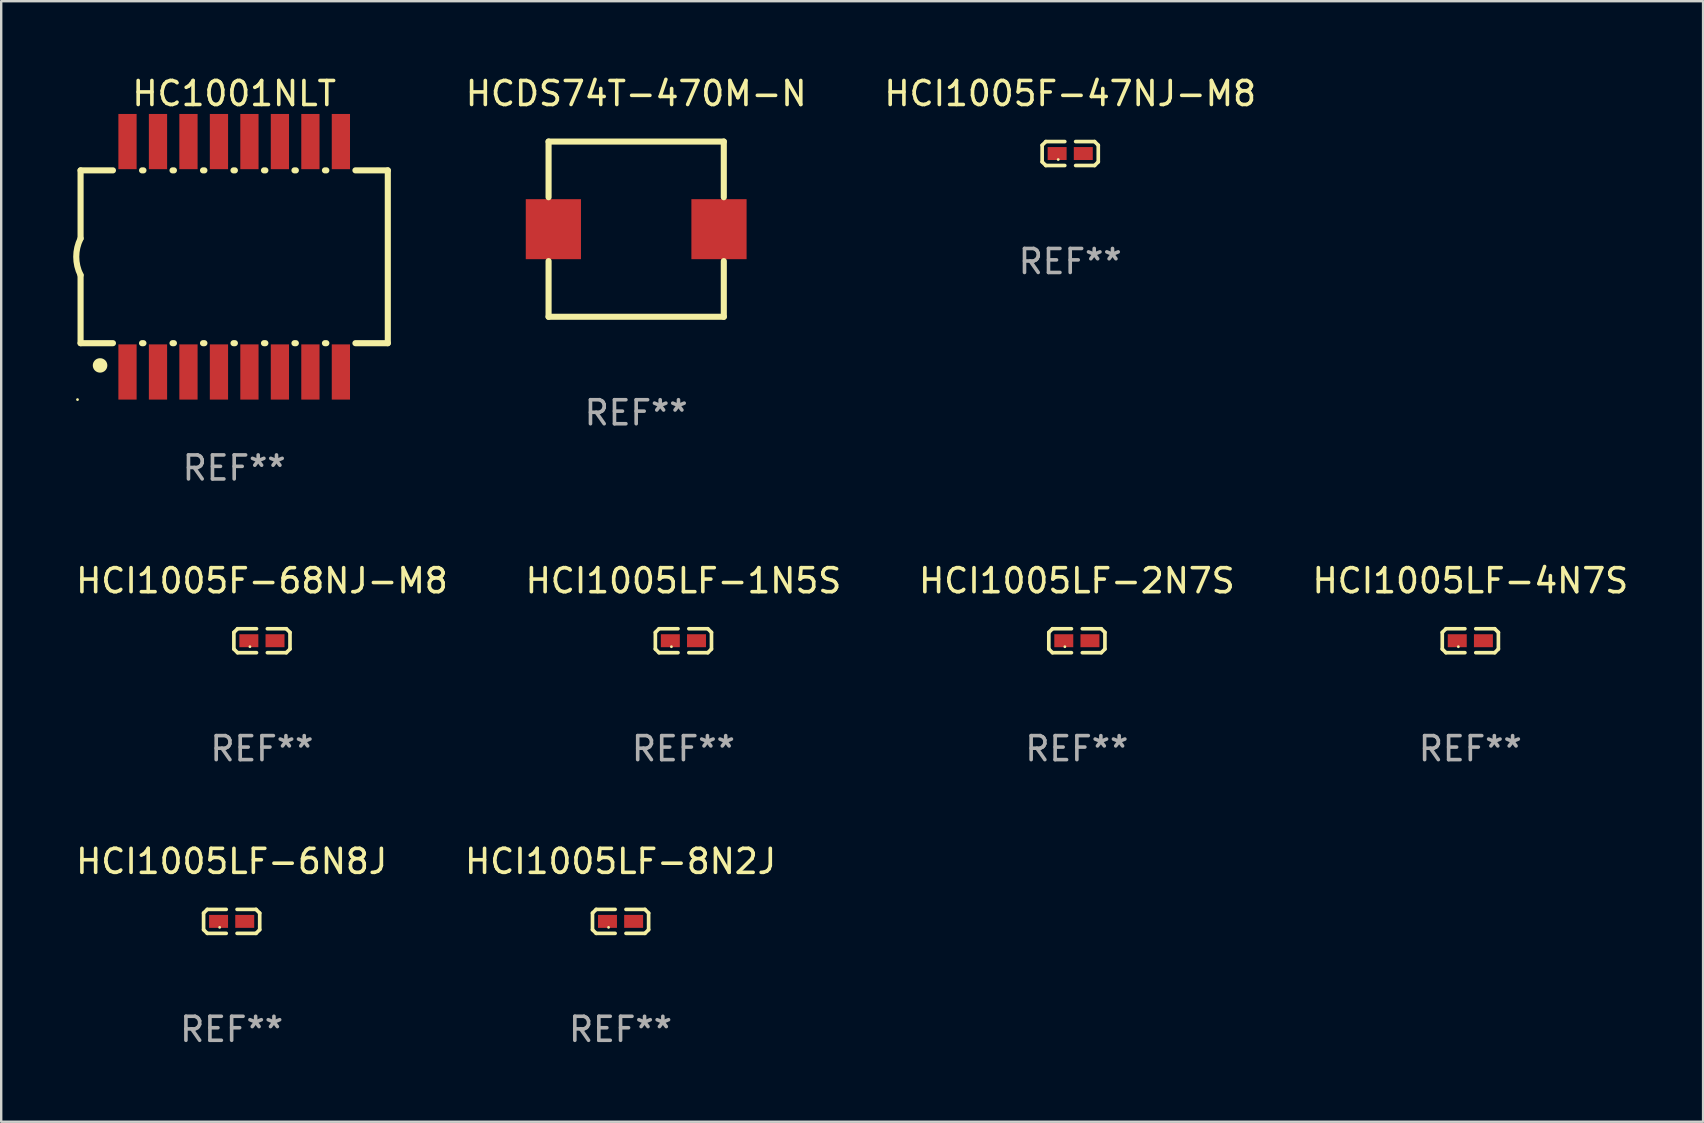
<source format=kicad_pcb>
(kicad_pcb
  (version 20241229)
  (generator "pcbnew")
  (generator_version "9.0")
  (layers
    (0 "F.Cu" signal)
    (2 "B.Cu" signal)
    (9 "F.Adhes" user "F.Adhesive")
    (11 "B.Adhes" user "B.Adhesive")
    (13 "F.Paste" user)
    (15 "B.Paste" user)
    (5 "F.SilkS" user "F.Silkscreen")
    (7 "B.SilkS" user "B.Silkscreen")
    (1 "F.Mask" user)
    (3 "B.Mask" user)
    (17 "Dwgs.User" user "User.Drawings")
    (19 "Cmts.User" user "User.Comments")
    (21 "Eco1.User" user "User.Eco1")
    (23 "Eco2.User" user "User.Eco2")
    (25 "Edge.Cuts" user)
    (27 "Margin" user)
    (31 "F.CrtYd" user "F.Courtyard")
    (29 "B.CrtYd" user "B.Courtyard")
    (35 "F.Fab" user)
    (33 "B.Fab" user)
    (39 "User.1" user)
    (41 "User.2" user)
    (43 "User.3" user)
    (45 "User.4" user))
  (footprint "HCI1005LF-8N2J"
    (layer "F.Cu")
    (at 22.804 35.337)
    (property "Reference" "HCI1005LF-8N2J" (at 0 -2.499 0) (layer "F.SilkS") (effects (font (size 1 1) (thickness 0.15))))
    (attr through_hole)
    (fp_line (start -1.169 -0.346) (end -1.016 -0.499) (stroke (width 0.152) (type solid)) (layer "F.SilkS"))
    (fp_line (start -1.169 0.346) (end -1.169 -0.346) (stroke (width 0.152) (type solid)) (layer "F.SilkS"))
    (fp_line (start -1.016 -0.499) (end -0.226 -0.499) (stroke (width 0.152) (type solid)) (layer "F.SilkS"))
    (fp_line (start -1.016 0.499) (end -1.169 0.346) (stroke (width 0.152) (type solid)) (layer "F.SilkS"))
    (fp_line (start -0.226 0.499) (end -1.016 0.499) (stroke (width 0.152) (type solid)) (layer "F.SilkS"))
    (fp_line (start 0.226 0.499) (end 1.016 0.499) (stroke (width 0.152) (type solid)) (layer "F.SilkS"))
    (fp_line (start 1.016 -0.499) (end 0.226 -0.499) (stroke (width 0.152) (type solid)) (layer "F.SilkS"))
    (fp_line (start 1.016 0.499) (end 1.169 0.346) (stroke (width 0.152) (type solid)) (layer "F.SilkS"))
    (fp_line (start 1.169 -0.346) (end 1.016 -0.499) (stroke (width 0.152) (type solid)) (layer "F.SilkS"))
    (fp_line (start 1.169 0.346) (end 1.169 -0.346) (stroke (width 0.152) (type solid)) (layer "F.SilkS"))
    (fp_circle (center -0.5 0.25) (end -0.47 0.25) (stroke (width 0.06) (type solid)) (fill no) (layer "F.SilkS"))
    (fp_text user "REF**" (at 0 4.499 0) (layer "F.Fab") (effects (font (size 1 1) (thickness 0.15))))
    (pad "1" smd rect (at -0.545 0) (size 0.79 0.54) (layers "F.Cu" "F.Mask" "F.Paste"))
    (pad "2" smd rect (at 0.545 0) (size 0.79 0.54) (layers "F.Cu" "F.Mask" "F.Paste")))
  (footprint "HCDS74T-470M-N"
    (layer "F.Cu")
    (at 23.455 6.498)
    (property "Reference" "HCDS74T-470M-N" (at 0 -5.65 0) (layer "F.SilkS") (effects (font (size 1 1) (thickness 0.15))))
    (attr through_hole)
    (fp_line (start -3.65 -3.65) (end 3.65 -3.65) (stroke (width 0.254) (type solid)) (layer "F.SilkS"))
    (fp_line (start -3.65 -1.331) (end -3.65 -3.65) (stroke (width 0.254) (type solid)) (layer "F.SilkS"))
    (fp_line (start -3.65 3.65) (end -3.65 1.331) (stroke (width 0.254) (type solid)) (layer "F.SilkS"))
    (fp_line (start 3.65 -3.65) (end 3.65 -1.331) (stroke (width 0.254) (type solid)) (layer "F.SilkS"))
    (fp_line (start 3.65 1.331) (end 3.65 3.65) (stroke (width 0.254) (type solid)) (layer "F.SilkS"))
    (fp_line (start 3.65 3.65) (end -3.65 3.65) (stroke (width 0.254) (type solid)) (layer "F.SilkS"))
    (fp_circle (center -3.65 3.65) (end -3.62 3.65) (stroke (width 0.06) (type solid)) (fill no) (layer "F.SilkS"))
    (fp_text user "REF**" (at 0 7.65 0) (layer "F.Fab") (effects (font (size 1 1) (thickness 0.15))))
    (pad "1" smd rect (at -3.45 0) (size 2.3 2.5) (layers "F.Cu" "F.Mask" "F.Paste"))
    (pad "2" smd rect (at 3.45 0) (size 2.3 2.5) (layers "F.Cu" "F.Mask" "F.Paste")))
  (footprint "HCI1005LF-2N7S"
    (layer "F.Cu")
    (at 41.815 23.644)
    (property "Reference" "HCI1005LF-2N7S" (at 0 -2.499 0) (layer "F.SilkS") (effects (font (size 1 1) (thickness 0.15))))
    (attr through_hole)
    (fp_line (start -1.169 -0.346) (end -1.016 -0.499) (stroke (width 0.152) (type solid)) (layer "F.SilkS"))
    (fp_line (start -1.169 0.346) (end -1.169 -0.346) (stroke (width 0.152) (type solid)) (layer "F.SilkS"))
    (fp_line (start -1.016 -0.499) (end -0.226 -0.499) (stroke (width 0.152) (type solid)) (layer "F.SilkS"))
    (fp_line (start -1.016 0.499) (end -1.169 0.346) (stroke (width 0.152) (type solid)) (layer "F.SilkS"))
    (fp_line (start -0.226 0.499) (end -1.016 0.499) (stroke (width 0.152) (type solid)) (layer "F.SilkS"))
    (fp_line (start 0.226 0.499) (end 1.016 0.499) (stroke (width 0.152) (type solid)) (layer "F.SilkS"))
    (fp_line (start 1.016 -0.499) (end 0.226 -0.499) (stroke (width 0.152) (type solid)) (layer "F.SilkS"))
    (fp_line (start 1.016 0.499) (end 1.169 0.346) (stroke (width 0.152) (type solid)) (layer "F.SilkS"))
    (fp_line (start 1.169 -0.346) (end 1.016 -0.499) (stroke (width 0.152) (type solid)) (layer "F.SilkS"))
    (fp_line (start 1.169 0.346) (end 1.169 -0.346) (stroke (width 0.152) (type solid)) (layer "F.SilkS"))
    (fp_circle (center -0.5 0.25) (end -0.47 0.25) (stroke (width 0.06) (type solid)) (fill no) (layer "F.SilkS"))
    (fp_text user "REF**" (at 0 4.499 0) (layer "F.Fab") (effects (font (size 1 1) (thickness 0.15))))
    (pad "1" smd rect (at -0.545 0) (size 0.79 0.54) (layers "F.Cu" "F.Mask" "F.Paste"))
    (pad "2" smd rect (at 0.545 0) (size 0.79 0.54) (layers "F.Cu" "F.Mask" "F.Paste")))
  (footprint "HC1001NLT"
    (layer "F.Cu")
    (at 6.707 7.648)
    (property "Reference" "HC1001NLT" (at 0 -6.8 0) (layer "F.SilkS") (effects (font (size 1 1) (thickness 0.15))))
    (attr through_hole)
    (fp_line (start -6.4 -3.6) (end -6.4 -0.762) (stroke (width 0.254) (type solid)) (layer "F.SilkS"))
    (fp_line (start -6.4 -3.6) (end -5.051 -3.6) (stroke (width 0.254) (type solid)) (layer "F.SilkS"))
    (fp_line (start -6.4 3.6) (end -6.4 0.762) (stroke (width 0.254) (type solid)) (layer "F.SilkS"))
    (fp_line (start -6.4 3.6) (end -5.051 3.6) (stroke (width 0.254) (type solid)) (layer "F.SilkS"))
    (fp_line (start -3.839 -3.6) (end -3.781 -3.6) (stroke (width 0.254) (type solid)) (layer "F.SilkS"))
    (fp_line (start -3.839 3.6) (end -3.781 3.6) (stroke (width 0.254) (type solid)) (layer "F.SilkS"))
    (fp_line (start -2.569 -3.6) (end -2.511 -3.6) (stroke (width 0.254) (type solid)) (layer "F.SilkS"))
    (fp_line (start -2.569 3.6) (end -2.511 3.6) (stroke (width 0.254) (type solid)) (layer "F.SilkS"))
    (fp_line (start -1.299 -3.6) (end -1.241 -3.6) (stroke (width 0.254) (type solid)) (layer "F.SilkS"))
    (fp_line (start -1.299 3.6) (end -1.241 3.6) (stroke (width 0.254) (type solid)) (layer "F.SilkS"))
    (fp_line (start -0.029 -3.6) (end 0.029 -3.6) (stroke (width 0.254) (type solid)) (layer "F.SilkS"))
    (fp_line (start -0.029 3.6) (end 0.029 3.6) (stroke (width 0.254) (type solid)) (layer "F.SilkS"))
    (fp_line (start 1.241 -3.6) (end 1.299 -3.6) (stroke (width 0.254) (type solid)) (layer "F.SilkS"))
    (fp_line (start 1.241 3.6) (end 1.299 3.6) (stroke (width 0.254) (type solid)) (layer "F.SilkS"))
    (fp_line (start 2.511 -3.6) (end 2.569 -3.6) (stroke (width 0.254) (type solid)) (layer "F.SilkS"))
    (fp_line (start 2.511 3.6) (end 2.569 3.6) (stroke (width 0.254) (type solid)) (layer "F.SilkS"))
    (fp_line (start 3.781 -3.6) (end 3.839 -3.6) (stroke (width 0.254) (type solid)) (layer "F.SilkS"))
    (fp_line (start 3.781 3.6) (end 3.839 3.6) (stroke (width 0.254) (type solid)) (layer "F.SilkS"))
    (fp_line (start 5.051 -3.6) (end 6.4 -3.6) (stroke (width 0.254) (type solid)) (layer "F.SilkS"))
    (fp_line (start 5.051 3.6) (end 6.4 3.6) (stroke (width 0.254) (type solid)) (layer "F.SilkS"))
    (fp_line (start 6.4 -3.6) (end 6.4 3.6) (stroke (width 0.254) (type solid)) (layer "F.SilkS"))
    (fp_arc (start -6.400813 0.762001) (mid -6.580428 -0.000094) (end -6.400025 -0.762002) (stroke (width 0.254001) (type solid)) (layer "F.SilkS"))
    (fp_arc (start -5.590551 4.52601) (mid -5.588011 4.525999) (end -5.585471 4.52601) (stroke (width 0.6) (type solid)) (layer "F.SilkS"))
    (fp_circle (center -6.528 5.95) (end -6.498 5.95) (stroke (width 0.06) (type solid)) (fill no) (layer "F.SilkS"))
    (fp_text user "REF**" (at 0 8.8 0) (layer "F.Fab") (effects (font (size 1 1) (thickness 0.15))))
    (pad "1" smd rect (at -4.445 4.8 180) (size 0.76 2.3) (layers "F.Cu" "F.Mask" "F.Paste"))
    (pad "2" smd rect (at -3.175 4.8 180) (size 0.76 2.3) (layers "F.Cu" "F.Mask" "F.Paste"))
    (pad "3" smd rect (at -1.905 4.8 180) (size 0.76 2.3) (layers "F.Cu" "F.Mask" "F.Paste"))
    (pad "4" smd rect (at -0.635 4.8 180) (size 0.76 2.3) (layers "F.Cu" "F.Mask" "F.Paste"))
    (pad "5" smd rect (at 0.635 4.8 180) (size 0.76 2.3) (layers "F.Cu" "F.Mask" "F.Paste"))
    (pad "6" smd rect (at 1.905 4.8 180) (size 0.76 2.3) (layers "F.Cu" "F.Mask" "F.Paste"))
    (pad "7" smd rect (at 3.175 4.8 180) (size 0.76 2.3) (layers "F.Cu" "F.Mask" "F.Paste"))
    (pad "8" smd rect (at 4.445 4.8 180) (size 0.76 2.3) (layers "F.Cu" "F.Mask" "F.Paste"))
    (pad "9" smd rect (at 4.445 -4.8 180) (size 0.76 2.3) (layers "F.Cu" "F.Mask" "F.Paste"))
    (pad "10" smd rect (at 3.175 -4.8 180) (size 0.76 2.3) (layers "F.Cu" "F.Mask" "F.Paste"))
    (pad "11" smd rect (at 1.905 -4.8 180) (size 0.76 2.3) (layers "F.Cu" "F.Mask" "F.Paste"))
    (pad "12" smd rect (at 0.635 -4.8 180) (size 0.76 2.3) (layers "F.Cu" "F.Mask" "F.Paste"))
    (pad "13" smd rect (at -0.635 -4.8 180) (size 0.76 2.3) (layers "F.Cu" "F.Mask" "F.Paste"))
    (pad "14" smd rect (at -1.905 -4.8 180) (size 0.76 2.3) (layers "F.Cu" "F.Mask" "F.Paste"))
    (pad "15" smd rect (at -3.175 -4.8 180) (size 0.76 2.3) (layers "F.Cu" "F.Mask" "F.Paste"))
    (pad "16" smd rect (at -4.445 -4.8 180) (size 0.76 2.3) (layers "F.Cu" "F.Mask" "F.Paste")))
  (footprint "HCI1005LF-6N8J"
    (layer "F.Cu")
    (at 6.601 35.337)
    (property "Reference" "HCI1005LF-6N8J" (at 0 -2.499 0) (layer "F.SilkS") (effects (font (size 1 1) (thickness 0.15))))
    (attr through_hole)
    (fp_line (start -1.169 -0.346) (end -1.016 -0.499) (stroke (width 0.152) (type solid)) (layer "F.SilkS"))
    (fp_line (start -1.169 0.346) (end -1.169 -0.346) (stroke (width 0.152) (type solid)) (layer "F.SilkS"))
    (fp_line (start -1.016 -0.499) (end -0.226 -0.499) (stroke (width 0.152) (type solid)) (layer "F.SilkS"))
    (fp_line (start -1.016 0.499) (end -1.169 0.346) (stroke (width 0.152) (type solid)) (layer "F.SilkS"))
    (fp_line (start -0.226 0.499) (end -1.016 0.499) (stroke (width 0.152) (type solid)) (layer "F.SilkS"))
    (fp_line (start 0.226 0.499) (end 1.016 0.499) (stroke (width 0.152) (type solid)) (layer "F.SilkS"))
    (fp_line (start 1.016 -0.499) (end 0.226 -0.499) (stroke (width 0.152) (type solid)) (layer "F.SilkS"))
    (fp_line (start 1.016 0.499) (end 1.169 0.346) (stroke (width 0.152) (type solid)) (layer "F.SilkS"))
    (fp_line (start 1.169 -0.346) (end 1.016 -0.499) (stroke (width 0.152) (type solid)) (layer "F.SilkS"))
    (fp_line (start 1.169 0.346) (end 1.169 -0.346) (stroke (width 0.152) (type solid)) (layer "F.SilkS"))
    (fp_circle (center -0.5 0.25) (end -0.47 0.25) (stroke (width 0.06) (type solid)) (fill no) (layer "F.SilkS"))
    (fp_text user "REF**" (at 0 4.499 0) (layer "F.Fab") (effects (font (size 1 1) (thickness 0.15))))
    (pad "1" smd rect (at -0.545 0) (size 0.79 0.54) (layers "F.Cu" "F.Mask" "F.Paste"))
    (pad "2" smd rect (at 0.545 0) (size 0.79 0.54) (layers "F.Cu" "F.Mask" "F.Paste")))
  (footprint "HCI1005LF-1N5S"
    (layer "F.Cu")
    (at 25.423 23.644)
    (property "Reference" "HCI1005LF-1N5S" (at 0 -2.499 0) (layer "F.SilkS") (effects (font (size 1 1) (thickness 0.15))))
    (attr through_hole)
    (fp_line (start -1.169 -0.346) (end -1.016 -0.499) (stroke (width 0.152) (type solid)) (layer "F.SilkS"))
    (fp_line (start -1.169 0.346) (end -1.169 -0.346) (stroke (width 0.152) (type solid)) (layer "F.SilkS"))
    (fp_line (start -1.016 -0.499) (end -0.226 -0.499) (stroke (width 0.152) (type solid)) (layer "F.SilkS"))
    (fp_line (start -1.016 0.499) (end -1.169 0.346) (stroke (width 0.152) (type solid)) (layer "F.SilkS"))
    (fp_line (start -0.226 0.499) (end -1.016 0.499) (stroke (width 0.152) (type solid)) (layer "F.SilkS"))
    (fp_line (start 0.226 0.499) (end 1.016 0.499) (stroke (width 0.152) (type solid)) (layer "F.SilkS"))
    (fp_line (start 1.016 -0.499) (end 0.226 -0.499) (stroke (width 0.152) (type solid)) (layer "F.SilkS"))
    (fp_line (start 1.016 0.499) (end 1.169 0.346) (stroke (width 0.152) (type solid)) (layer "F.SilkS"))
    (fp_line (start 1.169 -0.346) (end 1.016 -0.499) (stroke (width 0.152) (type solid)) (layer "F.SilkS"))
    (fp_line (start 1.169 0.346) (end 1.169 -0.346) (stroke (width 0.152) (type solid)) (layer "F.SilkS"))
    (fp_circle (center -0.5 0.25) (end -0.47 0.25) (stroke (width 0.06) (type solid)) (fill no) (layer "F.SilkS"))
    (fp_text user "REF**" (at 0 4.499 0) (layer "F.Fab") (effects (font (size 1 1) (thickness 0.15))))
    (pad "1" smd rect (at -0.545 0) (size 0.79 0.54) (layers "F.Cu" "F.Mask" "F.Paste"))
    (pad "2" smd rect (at 0.545 0) (size 0.79 0.54) (layers "F.Cu" "F.Mask" "F.Paste")))
  (footprint "HCI1005F-47NJ-M8"
    (layer "F.Cu")
    (at 41.538 3.347)
    (property "Reference" "HCI1005F-47NJ-M8" (at 0 -2.499 0) (layer "F.SilkS") (effects (font (size 1 1) (thickness 0.15))))
    (attr through_hole)
    (fp_line (start -1.169 -0.346) (end -1.016 -0.499) (stroke (width 0.152) (type solid)) (layer "F.SilkS"))
    (fp_line (start -1.169 0.346) (end -1.169 -0.346) (stroke (width 0.152) (type solid)) (layer "F.SilkS"))
    (fp_line (start -1.016 -0.499) (end -0.226 -0.499) (stroke (width 0.152) (type solid)) (layer "F.SilkS"))
    (fp_line (start -1.016 0.499) (end -1.169 0.346) (stroke (width 0.152) (type solid)) (layer "F.SilkS"))
    (fp_line (start -0.226 0.499) (end -1.016 0.499) (stroke (width 0.152) (type solid)) (layer "F.SilkS"))
    (fp_line (start 0.226 0.499) (end 1.016 0.499) (stroke (width 0.152) (type solid)) (layer "F.SilkS"))
    (fp_line (start 1.016 -0.499) (end 0.226 -0.499) (stroke (width 0.152) (type solid)) (layer "F.SilkS"))
    (fp_line (start 1.016 0.499) (end 1.169 0.346) (stroke (width 0.152) (type solid)) (layer "F.SilkS"))
    (fp_line (start 1.169 -0.346) (end 1.016 -0.499) (stroke (width 0.152) (type solid)) (layer "F.SilkS"))
    (fp_line (start 1.169 0.346) (end 1.169 -0.346) (stroke (width 0.152) (type solid)) (layer "F.SilkS"))
    (fp_circle (center -0.5 0.25) (end -0.47 0.25) (stroke (width 0.06) (type solid)) (fill no) (layer "F.SilkS"))
    (fp_text user "REF**" (at 0 4.499 0) (layer "F.Fab") (effects (font (size 1 1) (thickness 0.15))))
    (pad "1" smd rect (at -0.545 0) (size 0.79 0.54) (layers "F.Cu" "F.Mask" "F.Paste"))
    (pad "2" smd rect (at 0.545 0) (size 0.79 0.54) (layers "F.Cu" "F.Mask" "F.Paste")))
  (footprint "HCI1005F-68NJ-M8"
    (layer "F.Cu")
    (at 7.863 23.644)
    (property "Reference" "HCI1005F-68NJ-M8" (at 0 -2.499 0) (layer "F.SilkS") (effects (font (size 1 1) (thickness 0.15))))
    (attr through_hole)
    (fp_line (start -1.169 -0.346) (end -1.016 -0.499) (stroke (width 0.152) (type solid)) (layer "F.SilkS"))
    (fp_line (start -1.169 0.346) (end -1.169 -0.346) (stroke (width 0.152) (type solid)) (layer "F.SilkS"))
    (fp_line (start -1.016 -0.499) (end -0.226 -0.499) (stroke (width 0.152) (type solid)) (layer "F.SilkS"))
    (fp_line (start -1.016 0.499) (end -1.169 0.346) (stroke (width 0.152) (type solid)) (layer "F.SilkS"))
    (fp_line (start -0.226 0.499) (end -1.016 0.499) (stroke (width 0.152) (type solid)) (layer "F.SilkS"))
    (fp_line (start 0.226 0.499) (end 1.016 0.499) (stroke (width 0.152) (type solid)) (layer "F.SilkS"))
    (fp_line (start 1.016 -0.499) (end 0.226 -0.499) (stroke (width 0.152) (type solid)) (layer "F.SilkS"))
    (fp_line (start 1.016 0.499) (end 1.169 0.346) (stroke (width 0.152) (type solid)) (layer "F.SilkS"))
    (fp_line (start 1.169 -0.346) (end 1.016 -0.499) (stroke (width 0.152) (type solid)) (layer "F.SilkS"))
    (fp_line (start 1.169 0.346) (end 1.169 -0.346) (stroke (width 0.152) (type solid)) (layer "F.SilkS"))
    (fp_circle (center -0.5 0.25) (end -0.47 0.25) (stroke (width 0.06) (type solid)) (fill no) (layer "F.SilkS"))
    (fp_text user "REF**" (at 0 4.499 0) (layer "F.Fab") (effects (font (size 1 1) (thickness 0.15))))
    (pad "1" smd rect (at -0.545 0) (size 0.79 0.54) (layers "F.Cu" "F.Mask" "F.Paste"))
    (pad "2" smd rect (at 0.545 0) (size 0.79 0.54) (layers "F.Cu" "F.Mask" "F.Paste")))
  (footprint "HCI1005LF-4N7S"
    (layer "F.Cu")
    (at 58.208 23.644)
    (property "Reference" "HCI1005LF-4N7S" (at 0 -2.499 0) (layer "F.SilkS") (effects (font (size 1 1) (thickness 0.15))))
    (attr through_hole)
    (fp_line (start -1.169 -0.346) (end -1.016 -0.499) (stroke (width 0.152) (type solid)) (layer "F.SilkS"))
    (fp_line (start -1.169 0.346) (end -1.169 -0.346) (stroke (width 0.152) (type solid)) (layer "F.SilkS"))
    (fp_line (start -1.016 -0.499) (end -0.226 -0.499) (stroke (width 0.152) (type solid)) (layer "F.SilkS"))
    (fp_line (start -1.016 0.499) (end -1.169 0.346) (stroke (width 0.152) (type solid)) (layer "F.SilkS"))
    (fp_line (start -0.226 0.499) (end -1.016 0.499) (stroke (width 0.152) (type solid)) (layer "F.SilkS"))
    (fp_line (start 0.226 0.499) (end 1.016 0.499) (stroke (width 0.152) (type solid)) (layer "F.SilkS"))
    (fp_line (start 1.016 -0.499) (end 0.226 -0.499) (stroke (width 0.152) (type solid)) (layer "F.SilkS"))
    (fp_line (start 1.016 0.499) (end 1.169 0.346) (stroke (width 0.152) (type solid)) (layer "F.SilkS"))
    (fp_line (start 1.169 -0.346) (end 1.016 -0.499) (stroke (width 0.152) (type solid)) (layer "F.SilkS"))
    (fp_line (start 1.169 0.346) (end 1.169 -0.346) (stroke (width 0.152) (type solid)) (layer "F.SilkS"))
    (fp_circle (center -0.5 0.25) (end -0.47 0.25) (stroke (width 0.06) (type solid)) (fill no) (layer "F.SilkS"))
    (fp_text user "REF**" (at 0 4.499 0) (layer "F.Fab") (effects (font (size 1 1) (thickness 0.15))))
    (pad "1" smd rect (at -0.545 0) (size 0.79 0.54) (layers "F.Cu" "F.Mask" "F.Paste"))
    (pad "2" smd rect (at 0.545 0) (size 0.79 0.54) (layers "F.Cu" "F.Mask" "F.Paste")))
  (gr_rect
    (start -3 -3)
    (end 67.905 43.684)
    (stroke (width 0.1) (type default))
    (fill no)
    (layer "Edge.Cuts")))
</source>
